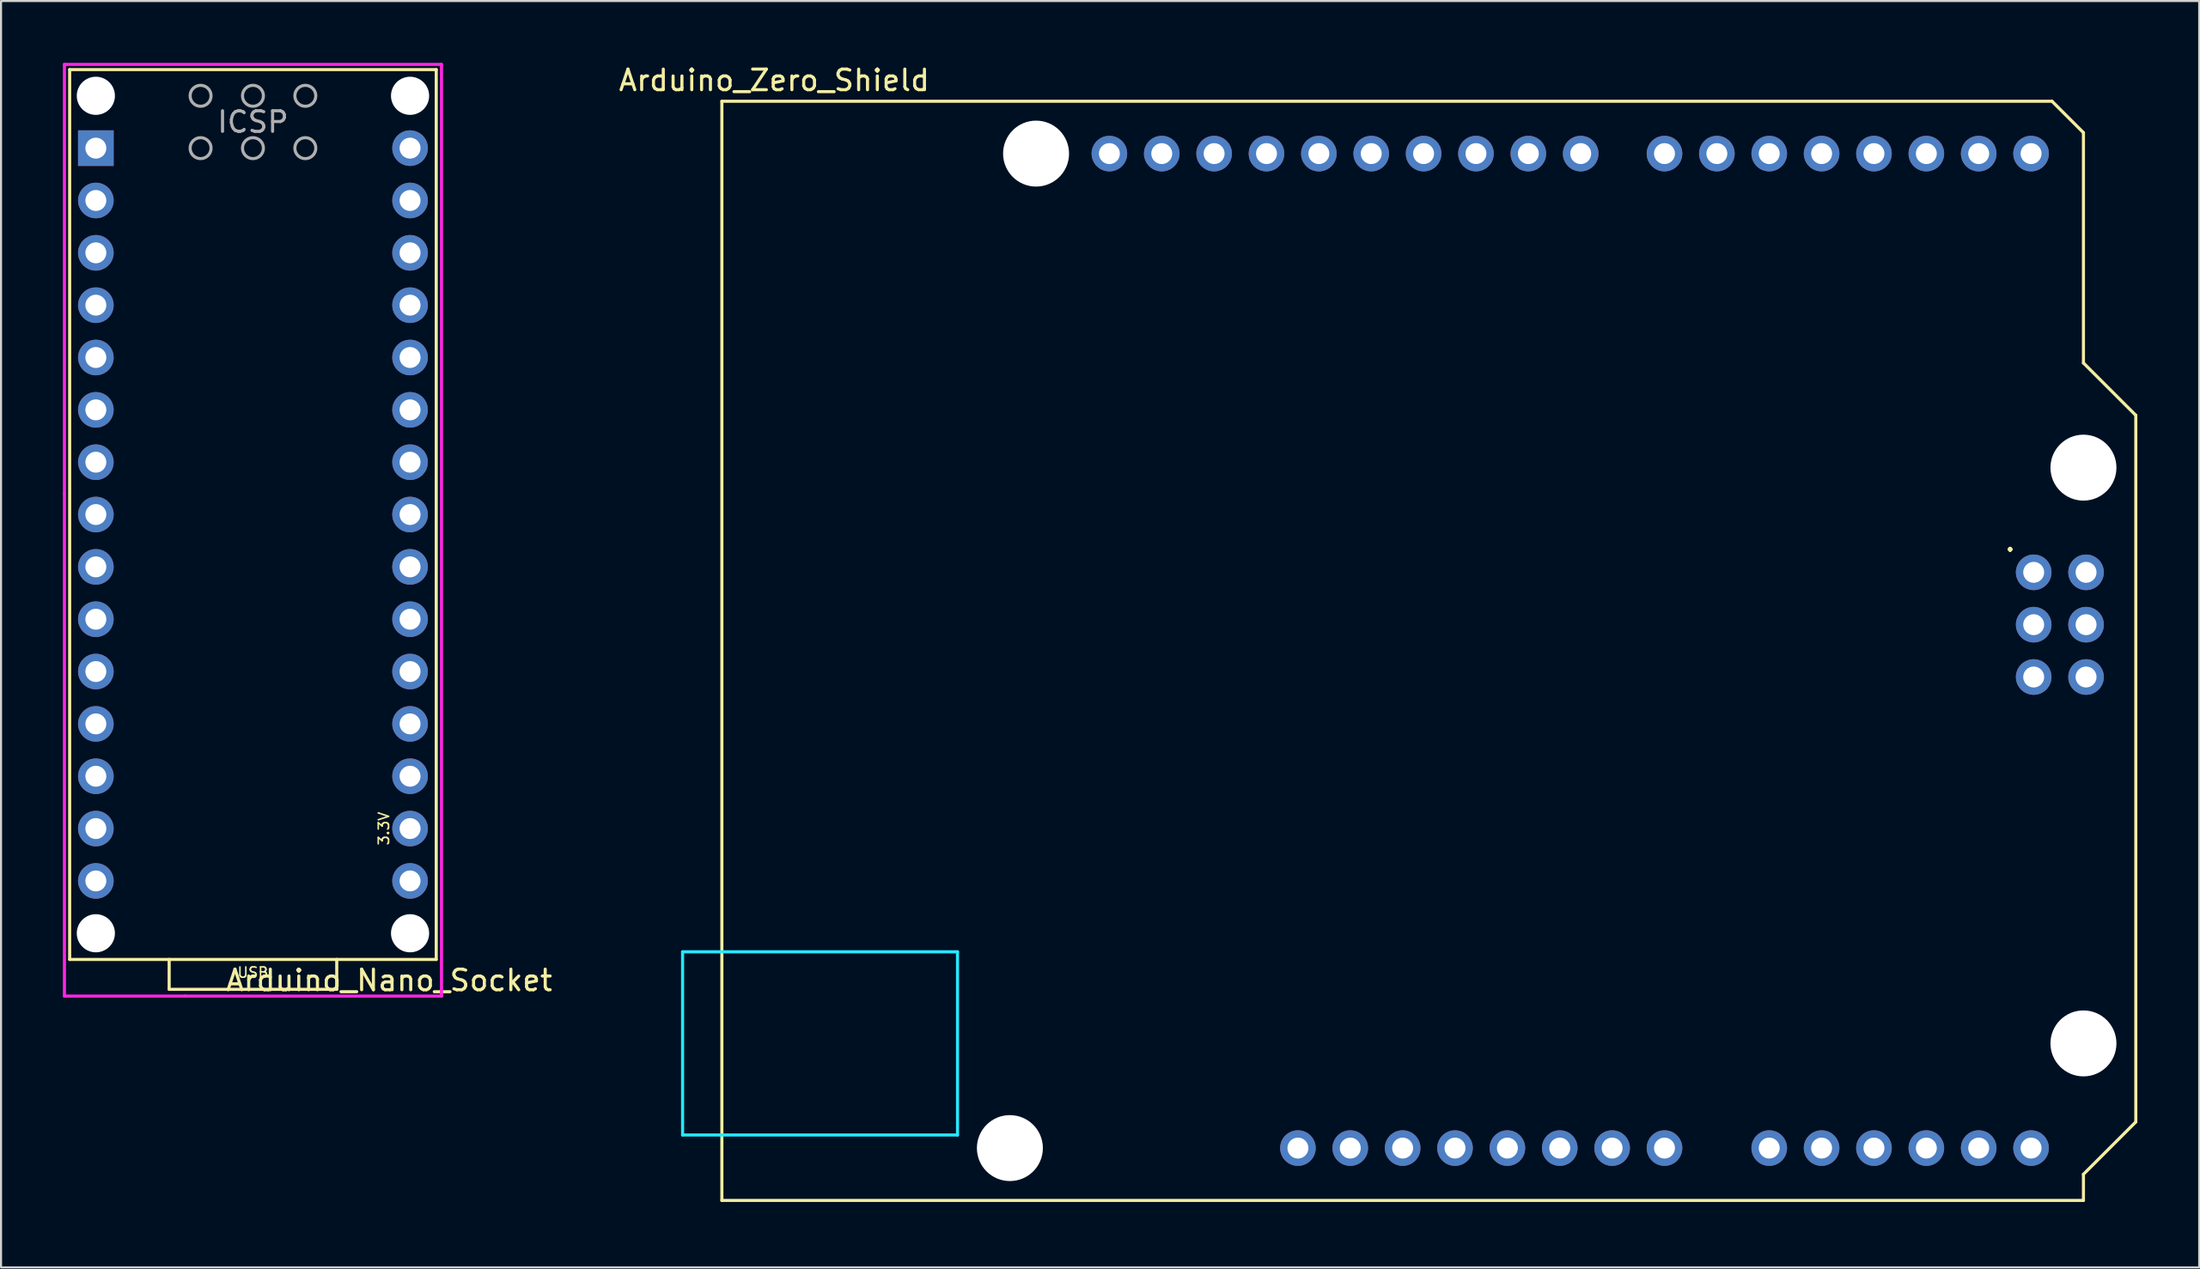
<source format=kicad_pcb>
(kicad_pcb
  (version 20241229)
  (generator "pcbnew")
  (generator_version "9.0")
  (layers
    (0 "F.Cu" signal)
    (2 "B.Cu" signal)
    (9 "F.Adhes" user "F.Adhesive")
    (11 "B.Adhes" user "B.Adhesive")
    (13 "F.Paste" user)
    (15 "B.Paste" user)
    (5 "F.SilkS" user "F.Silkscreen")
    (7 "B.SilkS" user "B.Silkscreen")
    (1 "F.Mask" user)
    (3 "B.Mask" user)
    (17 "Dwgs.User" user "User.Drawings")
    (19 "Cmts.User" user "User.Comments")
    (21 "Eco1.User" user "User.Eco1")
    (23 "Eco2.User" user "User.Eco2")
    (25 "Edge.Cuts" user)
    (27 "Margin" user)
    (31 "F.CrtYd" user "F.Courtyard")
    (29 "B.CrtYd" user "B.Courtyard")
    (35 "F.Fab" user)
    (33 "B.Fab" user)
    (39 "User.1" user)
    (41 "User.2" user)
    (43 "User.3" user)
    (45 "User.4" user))
  (footprint "Arduino_Zero_Shield"
    (layer "F.Cu")
    (at 31.962 55.204)
    (property "Reference" "Arduino_Zero_Shield" (at 2.54 -54.356 0) (layer "F.SilkS") (effects (font (size 1 1) (thickness 0.15))))
    (attr through_hole)
    (fp_line (start 0 -53.34) (end 0 0) (stroke (width 0.15) (type solid)) (layer "F.SilkS"))
    (fp_line (start 0 -53.34) (end 64.516 -53.34) (stroke (width 0.15) (type solid)) (layer "F.SilkS"))
    (fp_line (start 0 0) (end 66.04 0) (stroke (width 0.15) (type solid)) (layer "F.SilkS"))
    (fp_line (start 64.516 -53.34) (end 66.04 -51.816) (stroke (width 0.15) (type solid)) (layer "F.SilkS"))
    (fp_line (start 66.04 -40.64) (end 66.04 -51.816) (stroke (width 0.15) (type solid)) (layer "F.SilkS"))
    (fp_line (start 66.04 -1.27) (end 68.58 -3.81) (stroke (width 0.15) (type solid)) (layer "F.SilkS"))
    (fp_line (start 66.04 0) (end 66.04 -1.27) (stroke (width 0.15) (type solid)) (layer "F.SilkS"))
    (fp_line (start 68.58 -38.1) (end 66.04 -40.64) (stroke (width 0.15) (type solid)) (layer "F.SilkS"))
    (fp_line (start 68.58 -3.81) (end 68.58 -38.1) (stroke (width 0.15) (type solid)) (layer "F.SilkS"))
    (fp_line (start -1.905 -12.065) (end -1.905 -3.175) (stroke (width 0.15) (type solid)) (layer "B.CrtYd"))
    (fp_line (start -1.905 -12.065) (end 11.43 -12.065) (stroke (width 0.15) (type solid)) (layer "B.CrtYd"))
    (fp_line (start -1.905 -3.175) (end 11.43 -3.175) (stroke (width 0.15) (type solid)) (layer "B.CrtYd"))
    (fp_line (start 11.43 -12.065) (end 11.43 -3.175) (stroke (width 0.15) (type solid)) (layer "B.CrtYd"))
    (fp_text user "." (at 62.484 -32.004 0) (layer "F.SilkS") (effects (font (size 1 1) (thickness 0.15))))
    (pad "" np_thru_hole circle (at 13.97 -2.54) (size 3.2 3.2) (drill 3.2) (layers "*.Cu" "*.Mask"))
    (pad "" np_thru_hole circle (at 15.24 -50.8) (size 3.2 3.2) (drill 3.2) (layers "*.Cu" "*.Mask"))
    (pad "" np_thru_hole circle (at 66.04 -35.56) (size 3.2 3.2) (drill 3.2) (layers "*.Cu" "*.Mask"))
    (pad "" np_thru_hole circle (at 66.04 -7.62) (size 3.2 3.2) (drill 3.2) (layers "*.Cu" "*.Mask"))
    (pad "3V3" thru_hole oval (at 35.56 -2.54) (size 1.727 1.727) (drill 1.016) (layers "*.Cu" "*.Mask"))
    (pad "5V1" thru_hole oval (at 38.1 -2.54) (size 1.727 1.727) (drill 1.016) (layers "*.Cu" "*.Mask"))
    (pad "5V2" thru_hole oval (at 66.167 -30.48) (size 1.727 1.727) (drill 1.016) (layers "*.Cu" "*.Mask"))
    (pad "A0" thru_hole oval (at 50.8 -2.54) (size 1.727 1.727) (drill 1.016) (layers "*.Cu" "*.Mask"))
    (pad "A1" thru_hole oval (at 53.34 -2.54) (size 1.727 1.727) (drill 1.016) (layers "*.Cu" "*.Mask"))
    (pad "A2" thru_hole oval (at 55.88 -2.54) (size 1.727 1.727) (drill 1.016) (layers "*.Cu" "*.Mask"))
    (pad "A3" thru_hole oval (at 58.42 -2.54) (size 1.727 1.727) (drill 1.016) (layers "*.Cu" "*.Mask"))
    (pad "A4" thru_hole oval (at 60.96 -2.54) (size 1.727 1.727) (drill 1.016) (layers "*.Cu" "*.Mask"))
    (pad "A5" thru_hole oval (at 63.5 -2.54) (size 1.727 1.727) (drill 1.016) (layers "*.Cu" "*.Mask"))
    (pad "AREF" thru_hole oval (at 23.876 -50.8) (size 1.727 1.727) (drill 1.016) (layers "*.Cu" "*.Mask"))
    (pad "ATN" thru_hole oval (at 27.94 -2.54) (size 1.727 1.727) (drill 1.016) (layers "*.Cu" "*.Mask"))
    (pad "D0" thru_hole oval (at 63.5 -50.8) (size 1.727 1.727) (drill 1.016) (layers "*.Cu" "*.Mask"))
    (pad "D1" thru_hole oval (at 60.96 -50.8) (size 1.727 1.727) (drill 1.016) (layers "*.Cu" "*.Mask"))
    (pad "D2" thru_hole oval (at 58.42 -50.8) (size 1.727 1.727) (drill 1.016) (layers "*.Cu" "*.Mask"))
    (pad "D3" thru_hole oval (at 55.88 -50.8) (size 1.727 1.727) (drill 1.016) (layers "*.Cu" "*.Mask"))
    (pad "D4" thru_hole oval (at 53.34 -50.8) (size 1.727 1.727) (drill 1.016) (layers "*.Cu" "*.Mask"))
    (pad "D5" thru_hole oval (at 50.8 -50.8) (size 1.727 1.727) (drill 1.016) (layers "*.Cu" "*.Mask"))
    (pad "D6" thru_hole oval (at 48.26 -50.8) (size 1.727 1.727) (drill 1.016) (layers "*.Cu" "*.Mask"))
    (pad "D7" thru_hole oval (at 45.72 -50.8) (size 1.727 1.727) (drill 1.016) (layers "*.Cu" "*.Mask"))
    (pad "D8" thru_hole oval (at 41.656 -50.8) (size 1.727 1.727) (drill 1.016) (layers "*.Cu" "*.Mask"))
    (pad "D9" thru_hole oval (at 39.116 -50.8) (size 1.727 1.727) (drill 1.016) (layers "*.Cu" "*.Mask"))
    (pad "D10" thru_hole oval (at 36.576 -50.8) (size 1.727 1.727) (drill 1.016) (layers "*.Cu" "*.Mask"))
    (pad "D11" thru_hole oval (at 34.036 -50.8) (size 1.727 1.727) (drill 1.016) (layers "*.Cu" "*.Mask"))
    (pad "D12" thru_hole oval (at 31.496 -50.8) (size 1.727 1.727) (drill 1.016) (layers "*.Cu" "*.Mask"))
    (pad "D13" thru_hole oval (at 28.956 -50.8) (size 1.727 1.727) (drill 1.016) (layers "*.Cu" "*.Mask"))
    (pad "GND1" thru_hole oval (at 26.416 -50.8) (size 1.727 1.727) (drill 1.016) (layers "*.Cu" "*.Mask"))
    (pad "GND2" thru_hole oval (at 40.64 -2.54) (size 1.727 1.727) (drill 1.016) (layers "*.Cu" "*.Mask"))
    (pad "GND3" thru_hole oval (at 43.18 -2.54) (size 1.727 1.727) (drill 1.016) (layers "*.Cu" "*.Mask"))
    (pad "GND4" thru_hole oval (at 66.167 -25.4) (size 1.727 1.727) (drill 1.016) (layers "*.Cu" "*.Mask"))
    (pad "IORF" thru_hole oval (at 30.48 -2.54) (size 1.727 1.727) (drill 1.016) (layers "*.Cu" "*.Mask"))
    (pad "MISO" thru_hole oval (at 63.627 -30.48) (size 1.727 1.727) (drill 1.016) (layers "*.Cu" "*.Mask"))
    (pad "MOSI" thru_hole oval (at 66.167 -27.94) (size 1.727 1.727) (drill 1.016) (layers "*.Cu" "*.Mask"))
    (pad "RST1" thru_hole oval (at 33.02 -2.54) (size 1.727 1.727) (drill 1.016) (layers "*.Cu" "*.Mask"))
    (pad "RST2" thru_hole oval (at 63.627 -25.4) (size 1.727 1.727) (drill 1.016) (layers "*.Cu" "*.Mask"))
    (pad "SCK" thru_hole oval (at 63.627 -27.94) (size 1.727 1.727) (drill 1.016) (layers "*.Cu" "*.Mask"))
    (pad "SCL" thru_hole oval (at 18.796 -50.8) (size 1.727 1.727) (drill 1.016) (layers "*.Cu" "*.Mask"))
    (pad "SDA" thru_hole oval (at 21.336 -50.8) (size 1.727 1.727) (drill 1.016) (layers "*.Cu" "*.Mask"))
    (pad "VIN" thru_hole oval (at 45.72 -2.54) (size 1.727 1.727) (drill 1.016) (layers "*.Cu" "*.Mask")))
  (footprint "Arduino_Nano_Socket"
    (layer "F.Cu")
    (at 9.219 43.509)
    (property "Reference" "Arduino_Nano_Socket" (at 6.604 1.016 0) (layer "F.SilkS") (effects (font (size 1 1) (thickness 0.15))))
    (attr through_hole)
    (fp_line (start -8.89 -43.18) (end -8.89 0) (stroke (width 0.15) (type solid)) (layer "F.SilkS"))
    (fp_line (start -8.89 -43.18) (end 8.89 -43.18) (stroke (width 0.15) (type solid)) (layer "F.SilkS"))
    (fp_line (start -8.89 0) (end 8.89 0) (stroke (width 0.15) (type solid)) (layer "F.SilkS"))
    (fp_line (start -4.064 0) (end -4.064 1.45) (stroke (width 0.15) (type solid)) (layer "F.SilkS"))
    (fp_line (start -4.064 1.45) (end 4.064 1.45) (stroke (width 0.15) (type solid)) (layer "F.SilkS"))
    (fp_line (start 4.064 1.45) (end 4.064 0) (stroke (width 0.15) (type solid)) (layer "F.SilkS"))
    (fp_line (start 8.89 -43.18) (end 8.89 0) (stroke (width 0.15) (type solid)) (layer "F.SilkS"))
    (fp_line (start -9.144 -43.434) (end 9.144 -43.434) (stroke (width 0.15) (type solid)) (layer "F.CrtYd"))
    (fp_line (start -9.144 -22.606) (end -9.144 -43.434) (stroke (width 0.15) (type solid)) (layer "F.CrtYd"))
    (fp_line (start -9.144 1.778) (end -9.144 -22.606) (stroke (width 0.15) (type solid)) (layer "F.CrtYd"))
    (fp_line (start -3.302 1.778) (end -9.144 1.778) (stroke (width 0.15) (type solid)) (layer "F.CrtYd"))
    (fp_line (start 9.144 -43.434) (end 9.144 1.778) (stroke (width 0.15) (type solid)) (layer "F.CrtYd"))
    (fp_line (start 9.144 1.778) (end -3.302 1.778) (stroke (width 0.15) (type solid)) (layer "F.CrtYd"))
    (fp_circle (center -2.54 -41.91) (end -2.032 -41.91) (stroke (width 0.15) (type solid)) (fill no) (layer "F.Fab"))
    (fp_circle (center -2.54 -39.37) (end -2.032 -39.37) (stroke (width 0.15) (type solid)) (fill no) (layer "F.Fab"))
    (fp_circle (center 0 -41.91) (end 0.508 -41.91) (stroke (width 0.15) (type solid)) (fill no) (layer "F.Fab"))
    (fp_circle (center 0 -39.37) (end 0.508 -39.37) (stroke (width 0.15) (type solid)) (fill no) (layer "F.Fab"))
    (fp_circle (center 2.54 -41.91) (end 3.048 -41.91) (stroke (width 0.15) (type solid)) (fill no) (layer "F.Fab"))
    (fp_circle (center 2.54 -39.37) (end 3.048 -39.37) (stroke (width 0.15) (type solid)) (fill no) (layer "F.Fab"))
    (fp_text user "3.3V" (at 6.35 -6.35 90) (layer "F.SilkS") (effects (font (size 0.5 0.5) (thickness 0.075))))
    (fp_text user "USB" (at 0 0.635 0) (layer "F.SilkS") (effects (font (size 0.5 0.5) (thickness 0.075))))
    (fp_text user "ICSP" (at 0 -40.64 0) (layer "F.Fab") (effects (font (size 1 1) (thickness 0.15))))
    (pad "" np_thru_hole circle (at -7.62 -41.91) (size 1.85 1.85) (drill 1.85) (layers "*.Cu" "*.Mask"))
    (pad "" np_thru_hole circle (at -7.62 -1.27) (size 1.85 1.85) (drill 1.85) (layers "*.Cu" "*.Mask"))
    (pad "" np_thru_hole circle (at 7.62 -41.91) (size 1.85 1.85) (drill 1.85) (layers "*.Cu" "*.Mask"))
    (pad "" np_thru_hole circle (at 7.62 -1.27) (size 1.85 1.85) (drill 1.85) (layers "*.Cu" "*.Mask"))
    (pad "3V3" thru_hole circle (at 7.62 -6.35) (size 1.727 1.727) (drill 1.016) (layers "*.Cu" "*.Mask"))
    (pad "5V" thru_hole circle (at 7.62 -31.75) (size 1.727 1.727) (drill 1.016) (layers "*.Cu" "*.Mask"))
    (pad "A0" thru_hole circle (at 7.62 -11.43) (size 1.727 1.727) (drill 1.016) (layers "*.Cu" "*.Mask"))
    (pad "A1" thru_hole circle (at 7.62 -13.97) (size 1.727 1.727) (drill 1.016) (layers "*.Cu" "*.Mask"))
    (pad "A2" thru_hole circle (at 7.62 -16.51) (size 1.727 1.727) (drill 1.016) (layers "*.Cu" "*.Mask"))
    (pad "A3" thru_hole circle (at 7.62 -19.05) (size 1.727 1.727) (drill 1.016) (layers "*.Cu" "*.Mask"))
    (pad "A4" thru_hole circle (at 7.62 -21.59) (size 1.727 1.727) (drill 1.016) (layers "*.Cu" "*.Mask"))
    (pad "A5" thru_hole circle (at 7.62 -24.13) (size 1.727 1.727) (drill 1.016) (layers "*.Cu" "*.Mask"))
    (pad "A6" thru_hole circle (at 7.62 -26.67) (size 1.727 1.727) (drill 1.016) (layers "*.Cu" "*.Mask"))
    (pad "A7" thru_hole circle (at 7.62 -29.21) (size 1.727 1.727) (drill 1.016) (layers "*.Cu" "*.Mask"))
    (pad "AREF" thru_hole circle (at 7.62 -8.89) (size 1.727 1.727) (drill 1.016) (layers "*.Cu" "*.Mask"))
    (pad "D0" thru_hole circle (at -7.62 -36.83) (size 1.727 1.727) (drill 1.016) (layers "*.Cu" "*.Mask"))
    (pad "D1" thru_hole rect (at -7.62 -39.37) (size 1.727 1.727) (drill 1.016) (layers "*.Cu" "*.Mask"))
    (pad "D2" thru_hole circle (at -7.62 -29.21) (size 1.727 1.727) (drill 1.016) (layers "*.Cu" "*.Mask"))
    (pad "D3" thru_hole circle (at -7.62 -26.67) (size 1.727 1.727) (drill 1.016) (layers "*.Cu" "*.Mask"))
    (pad "D4" thru_hole circle (at -7.62 -24.13) (size 1.727 1.727) (drill 1.016) (layers "*.Cu" "*.Mask"))
    (pad "D5" thru_hole circle (at -7.62 -21.59) (size 1.727 1.727) (drill 1.016) (layers "*.Cu" "*.Mask"))
    (pad "D6" thru_hole circle (at -7.62 -19.05) (size 1.727 1.727) (drill 1.016) (layers "*.Cu" "*.Mask"))
    (pad "D7" thru_hole circle (at -7.62 -16.51) (size 1.727 1.727) (drill 1.016) (layers "*.Cu" "*.Mask"))
    (pad "D8" thru_hole circle (at -7.62 -13.97) (size 1.727 1.727) (drill 1.016) (layers "*.Cu" "*.Mask"))
    (pad "D9" thru_hole circle (at -7.62 -11.43) (size 1.727 1.727) (drill 1.016) (layers "*.Cu" "*.Mask"))
    (pad "D10" thru_hole circle (at -7.62 -8.89) (size 1.727 1.727) (drill 1.016) (layers "*.Cu" "*.Mask"))
    (pad "D11" thru_hole circle (at -7.62 -6.35) (size 1.727 1.727) (drill 1.016) (layers "*.Cu" "*.Mask"))
    (pad "D12" thru_hole circle (at -7.62 -3.81) (size 1.727 1.727) (drill 1.016) (layers "*.Cu" "*.Mask"))
    (pad "D13" thru_hole circle (at 7.62 -3.81) (size 1.727 1.727) (drill 1.016) (layers "*.Cu" "*.Mask"))
    (pad "GND1" thru_hole circle (at -7.62 -31.75) (size 1.727 1.727) (drill 1.016) (layers "*.Cu" "*.Mask"))
    (pad "GND2" thru_hole circle (at 7.62 -36.83) (size 1.727 1.727) (drill 1.016) (layers "*.Cu" "*.Mask"))
    (pad "RST1" thru_hole circle (at -7.62 -34.29) (size 1.727 1.727) (drill 1.016) (layers "*.Cu" "*.Mask"))
    (pad "RST2" thru_hole circle (at 7.62 -34.29) (size 1.727 1.727) (drill 1.016) (layers "*.Cu" "*.Mask"))
    (pad "VIN" thru_hole circle (at 7.62 -39.37) (size 1.727 1.727) (drill 1.016) (layers "*.Cu" "*.Mask")))
  (gr_rect
    (start -3 -3)
    (end 103.617 58.454)
    (stroke (width 0.1) (type default))
    (fill no)
    (layer "Edge.Cuts")))
</source>
